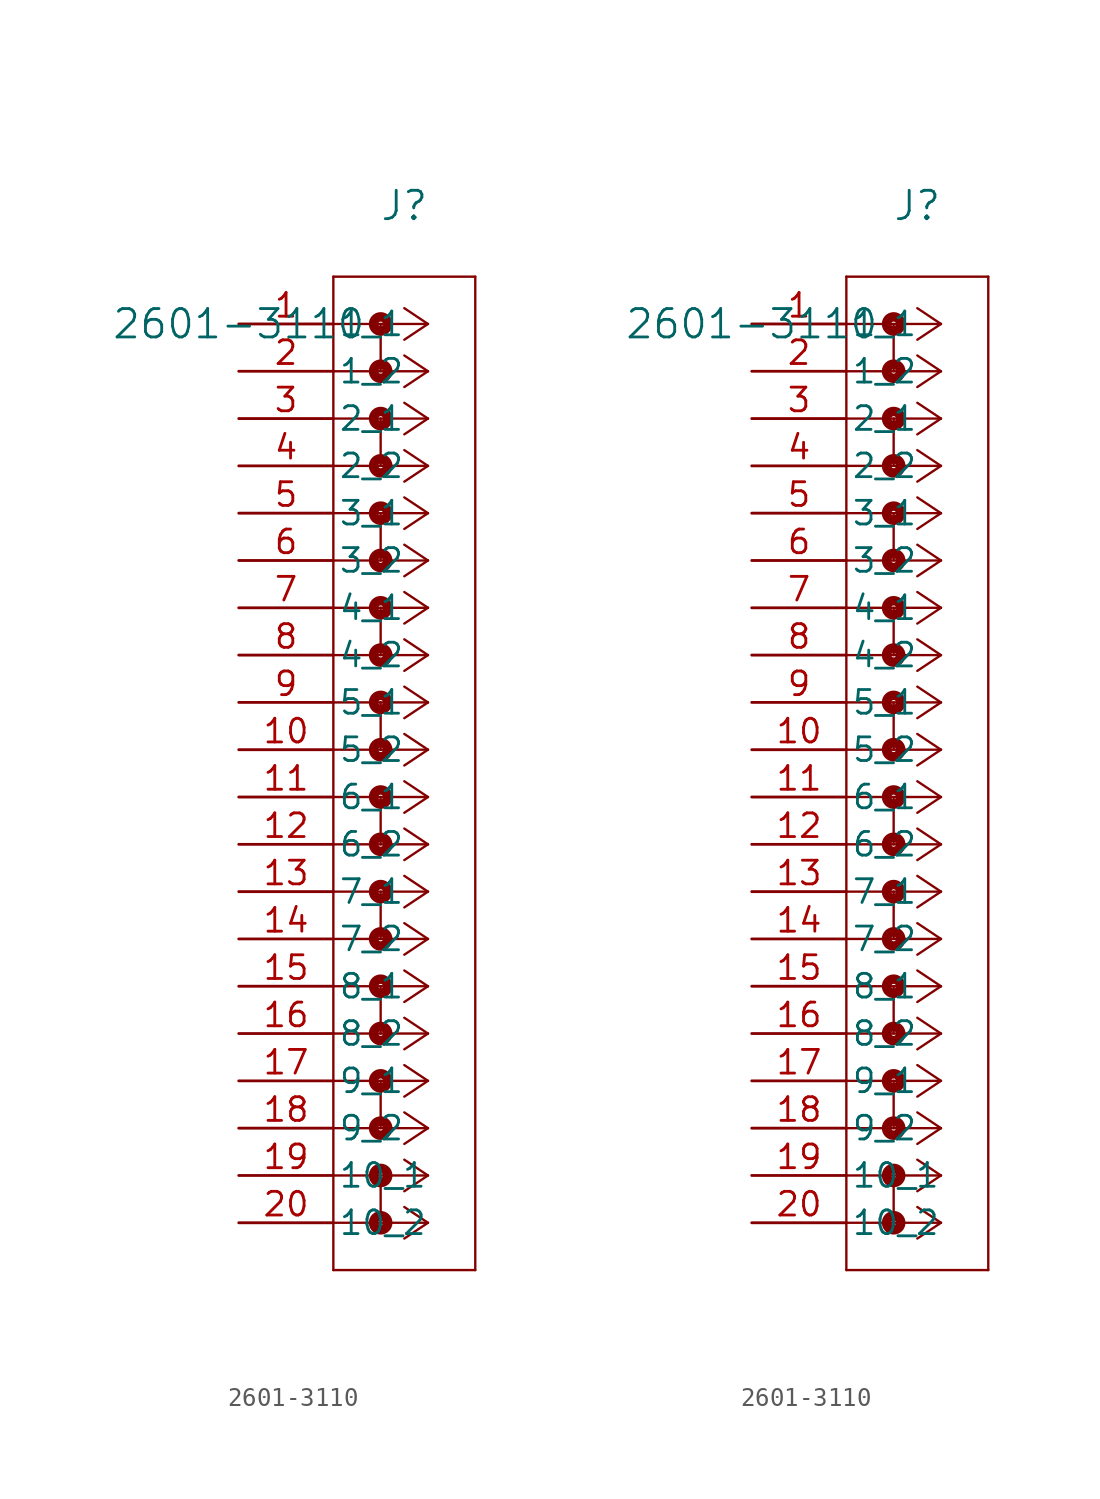
<source format=kicad_sym>
(kicad_symbol_lib
  (version 20211014)
  (generator kicad_symbol_editor)
  (symbol "2601-3110"
    (pin_names
      (offset 0.254))
    (property "Reference" "J"
      (at 8.89 6.35 0)
      (effects (font (size 1.524 1.524))))
    (property "Value" "2601-3110"
      (at 0 0 0)
      (effects (font (size 1.524 1.524))))
    (symbol "2601-3110_1_1"
      (polyline (pts (xy 10.16 0) (xy 5.08 0)) (stroke (width 0.127) (type default) (color 0 0 0 0)) (fill (type none)))
      (polyline (pts (xy 10.16 -2.54) (xy 5.08 -2.54)) (stroke (width 0.127) (type default) (color 0 0 0 0)) (fill (type none)))
      (polyline (pts (xy 10.16 -5.08) (xy 5.08 -5.08)) (stroke (width 0.127) (type default) (color 0 0 0 0)) (fill (type none)))
      (polyline (pts (xy 10.16 -7.62) (xy 5.08 -7.62)) (stroke (width 0.127) (type default) (color 0 0 0 0)) (fill (type none)))
      (polyline (pts (xy 10.16 -10.16) (xy 5.08 -10.16)) (stroke (width 0.127) (type default) (color 0 0 0 0)) (fill (type none)))
      (polyline (pts (xy 10.16 -12.7) (xy 5.08 -12.7)) (stroke (width 0.127) (type default) (color 0 0 0 0)) (fill (type none)))
      (polyline (pts (xy 10.16 -15.24) (xy 5.08 -15.24)) (stroke (width 0.127) (type default) (color 0 0 0 0)) (fill (type none)))
      (polyline (pts (xy 10.16 -17.78) (xy 5.08 -17.78)) (stroke (width 0.127) (type default) (color 0 0 0 0)) (fill (type none)))
      (polyline (pts (xy 10.16 -20.32) (xy 5.08 -20.32)) (stroke (width 0.127) (type default) (color 0 0 0 0)) (fill (type none)))
      (polyline (pts (xy 10.16 -22.86) (xy 5.08 -22.86)) (stroke (width 0.127) (type default) (color 0 0 0 0)) (fill (type none)))
      (polyline (pts (xy 10.16 -25.4) (xy 5.08 -25.4)) (stroke (width 0.127) (type default) (color 0 0 0 0)) (fill (type none)))
      (polyline (pts (xy 10.16 -27.94) (xy 5.08 -27.94)) (stroke (width 0.127) (type default) (color 0 0 0 0)) (fill (type none)))
      (polyline (pts (xy 10.16 -30.48) (xy 5.08 -30.48)) (stroke (width 0.127) (type default) (color 0 0 0 0)) (fill (type none)))
      (polyline (pts (xy 10.16 -33.02) (xy 5.08 -33.02)) (stroke (width 0.127) (type default) (color 0 0 0 0)) (fill (type none)))
      (polyline (pts (xy 10.16 -35.56) (xy 5.08 -35.56)) (stroke (width 0.127) (type default) (color 0 0 0 0)) (fill (type none)))
      (polyline (pts (xy 10.16 -38.1) (xy 5.08 -38.1)) (stroke (width 0.127) (type default) (color 0 0 0 0)) (fill (type none)))
      (polyline (pts (xy 10.16 -40.64) (xy 5.08 -40.64)) (stroke (width 0.127) (type default) (color 0 0 0 0)) (fill (type none)))
      (polyline (pts (xy 10.16 -43.18) (xy 5.08 -43.18)) (stroke (width 0.127) (type default) (color 0 0 0 0)) (fill (type none)))
      (polyline (pts (xy 10.16 -45.72) (xy 5.08 -45.72)) (stroke (width 0.127) (type default) (color 0 0 0 0)) (fill (type none)))
      (polyline (pts (xy 10.16 -48.26) (xy 5.08 -48.26)) (stroke (width 0.127) (type default) (color 0 0 0 0)) (fill (type none)))
      (polyline (pts (xy 10.16 0) (xy 8.89 0.847)) (stroke (width 0.127) (type default) (color 0 0 0 0)) (fill (type none)))
      (polyline (pts (xy 10.16 -2.54) (xy 8.89 -1.693)) (stroke (width 0.127) (type default) (color 0 0 0 0)) (fill (type none)))
      (polyline (pts (xy 10.16 -5.08) (xy 8.89 -4.233)) (stroke (width 0.127) (type default) (color 0 0 0 0)) (fill (type none)))
      (polyline (pts (xy 10.16 -7.62) (xy 8.89 -6.773)) (stroke (width 0.127) (type default) (color 0 0 0 0)) (fill (type none)))
      (polyline (pts (xy 10.16 -10.16) (xy 8.89 -9.313)) (stroke (width 0.127) (type default) (color 0 0 0 0)) (fill (type none)))
      (polyline (pts (xy 10.16 -12.7) (xy 8.89 -11.853)) (stroke (width 0.127) (type default) (color 0 0 0 0)) (fill (type none)))
      (polyline (pts (xy 10.16 -15.24) (xy 8.89 -14.393)) (stroke (width 0.127) (type default) (color 0 0 0 0)) (fill (type none)))
      (polyline (pts (xy 10.16 -17.78) (xy 8.89 -16.933)) (stroke (width 0.127) (type default) (color 0 0 0 0)) (fill (type none)))
      (polyline (pts (xy 10.16 -20.32) (xy 8.89 -19.473)) (stroke (width 0.127) (type default) (color 0 0 0 0)) (fill (type none)))
      (polyline (pts (xy 10.16 -22.86) (xy 8.89 -22.013)) (stroke (width 0.127) (type default) (color 0 0 0 0)) (fill (type none)))
      (polyline (pts (xy 10.16 -25.4) (xy 8.89 -24.553)) (stroke (width 0.127) (type default) (color 0 0 0 0)) (fill (type none)))
      (polyline (pts (xy 10.16 -27.94) (xy 8.89 -27.093)) (stroke (width 0.127) (type default) (color 0 0 0 0)) (fill (type none)))
      (polyline (pts (xy 10.16 -30.48) (xy 8.89 -29.633)) (stroke (width 0.127) (type default) (color 0 0 0 0)) (fill (type none)))
      (polyline (pts (xy 10.16 -33.02) (xy 8.89 -32.173)) (stroke (width 0.127) (type default) (color 0 0 0 0)) (fill (type none)))
      (polyline (pts (xy 10.16 -35.56) (xy 8.89 -34.713)) (stroke (width 0.127) (type default) (color 0 0 0 0)) (fill (type none)))
      (polyline (pts (xy 10.16 -38.1) (xy 8.89 -37.253)) (stroke (width 0.127) (type default) (color 0 0 0 0)) (fill (type none)))
      (polyline (pts (xy 10.16 -40.64) (xy 8.89 -39.793)) (stroke (width 0.127) (type default) (color 0 0 0 0)) (fill (type none)))
      (polyline (pts (xy 10.16 -43.18) (xy 8.89 -42.333)) (stroke (width 0.127) (type default) (color 0 0 0 0)) (fill (type none)))
      (polyline (pts (xy 10.16 -45.72) (xy 8.89 -44.873)) (stroke (width 0.127) (type default) (color 0 0 0 0)) (fill (type none)))
      (polyline (pts (xy 10.16 -48.26) (xy 8.89 -47.413)) (stroke (width 0.127) (type default) (color 0 0 0 0)) (fill (type none)))
      (polyline (pts (xy 10.16 0) (xy 8.89 -0.847)) (stroke (width 0.127) (type default) (color 0 0 0 0)) (fill (type none)))
      (polyline (pts (xy 10.16 -2.54) (xy 8.89 -3.387)) (stroke (width 0.127) (type default) (color 0 0 0 0)) (fill (type none)))
      (polyline (pts (xy 10.16 -5.08) (xy 8.89 -5.927)) (stroke (width 0.127) (type default) (color 0 0 0 0)) (fill (type none)))
      (polyline (pts (xy 10.16 -7.62) (xy 8.89 -8.467)) (stroke (width 0.127) (type default) (color 0 0 0 0)) (fill (type none)))
      (polyline (pts (xy 10.16 -10.16) (xy 8.89 -11.007)) (stroke (width 0.127) (type default) (color 0 0 0 0)) (fill (type none)))
      (polyline (pts (xy 10.16 -12.7) (xy 8.89 -13.547)) (stroke (width 0.127) (type default) (color 0 0 0 0)) (fill (type none)))
      (polyline (pts (xy 10.16 -15.24) (xy 8.89 -16.087)) (stroke (width 0.127) (type default) (color 0 0 0 0)) (fill (type none)))
      (polyline (pts (xy 10.16 -17.78) (xy 8.89 -18.627)) (stroke (width 0.127) (type default) (color 0 0 0 0)) (fill (type none)))
      (polyline (pts (xy 10.16 -20.32) (xy 8.89 -21.167)) (stroke (width 0.127) (type default) (color 0 0 0 0)) (fill (type none)))
      (polyline (pts (xy 10.16 -22.86) (xy 8.89 -23.707)) (stroke (width 0.127) (type default) (color 0 0 0 0)) (fill (type none)))
      (polyline (pts (xy 10.16 -25.4) (xy 8.89 -26.247)) (stroke (width 0.127) (type default) (color 0 0 0 0)) (fill (type none)))
      (polyline (pts (xy 10.16 -27.94) (xy 8.89 -28.787)) (stroke (width 0.127) (type default) (color 0 0 0 0)) (fill (type none)))
      (polyline (pts (xy 10.16 -30.48) (xy 8.89 -31.327)) (stroke (width 0.127) (type default) (color 0 0 0 0)) (fill (type none)))
      (polyline (pts (xy 10.16 -33.02) (xy 8.89 -33.867)) (stroke (width 0.127) (type default) (color 0 0 0 0)) (fill (type none)))
      (polyline (pts (xy 10.16 -35.56) (xy 8.89 -36.407)) (stroke (width 0.127) (type default) (color 0 0 0 0)) (fill (type none)))
      (polyline (pts (xy 10.16 -38.1) (xy 8.89 -38.947)) (stroke (width 0.127) (type default) (color 0 0 0 0)) (fill (type none)))
      (polyline (pts (xy 10.16 -40.64) (xy 8.89 -41.487)) (stroke (width 0.127) (type default) (color 0 0 0 0)) (fill (type none)))
      (polyline (pts (xy 10.16 -43.18) (xy 8.89 -44.027)) (stroke (width 0.127) (type default) (color 0 0 0 0)) (fill (type none)))
      (polyline (pts (xy 10.16 -45.72) (xy 8.89 -46.567)) (stroke (width 0.127) (type default) (color 0 0 0 0)) (fill (type none)))
      (polyline (pts (xy 10.16 -48.26) (xy 8.89 -49.107)) (stroke (width 0.127) (type default) (color 0 0 0 0)) (fill (type none)))
      (polyline (pts (xy 5.08 2.54) (xy 5.08 -50.8)) (stroke (width 0.127) (type default) (color 0 0 0 0)) (fill (type none)))
      (polyline (pts (xy 5.08 -50.8) (xy 12.7 -50.8)) (stroke (width 0.127) (type default) (color 0 0 0 0)) (fill (type none)))
      (polyline (pts (xy 12.7 -50.8) (xy 12.7 2.54)) (stroke (width 0.127) (type default) (color 0 0 0 0)) (fill (type none)))
      (polyline (pts (xy 12.7 2.54) (xy 5.08 2.54)) (stroke (width 0.127) (type default) (color 0 0 0 0)) (fill (type none)))
      (circle (center 7.62 0) (radius 0.127) (stroke (width 0.508) (type default) (color 0 0 0 0)) (fill (type none)))
      (polyline (pts (xy 7.62 0) (xy 7.62 -2.54)) (stroke (width 0.127) (type default) (color 0 0 0 0)) (fill (type none)))
      (circle (center 7.62 -2.54) (radius 0.127) (stroke (width 0.508) (type default) (color 0 0 0 0)) (fill (type none)))
      (circle (center 7.62 -5.08) (radius 0.127) (stroke (width 0.508) (type default) (color 0 0 0 0)) (fill (type none)))
      (polyline (pts (xy 7.62 -5.08) (xy 7.62 -7.62)) (stroke (width 0.127) (type default) (color 0 0 0 0)) (fill (type none)))
      (circle (center 7.62 -7.62) (radius 0.127) (stroke (width 0.508) (type default) (color 0 0 0 0)) (fill (type none)))
      (circle (center 7.62 -10.16) (radius 0.127) (stroke (width 0.508) (type default) (color 0 0 0 0)) (fill (type none)))
      (polyline (pts (xy 7.62 -10.16) (xy 7.62 -12.7)) (stroke (width 0.127) (type default) (color 0 0 0 0)) (fill (type none)))
      (circle (center 7.62 -12.7) (radius 0.127) (stroke (width 0.508) (type default) (color 0 0 0 0)) (fill (type none)))
      (circle (center 7.62 -15.24) (radius 0.127) (stroke (width 0.508) (type default) (color 0 0 0 0)) (fill (type none)))
      (polyline (pts (xy 7.62 -15.24) (xy 7.62 -17.78)) (stroke (width 0.127) (type default) (color 0 0 0 0)) (fill (type none)))
      (circle (center 7.62 -17.78) (radius 0.127) (stroke (width 0.508) (type default) (color 0 0 0 0)) (fill (type none)))
      (circle (center 7.62 -20.32) (radius 0.127) (stroke (width 0.508) (type default) (color 0 0 0 0)) (fill (type none)))
      (polyline (pts (xy 7.62 -20.32) (xy 7.62 -22.86)) (stroke (width 0.127) (type default) (color 0 0 0 0)) (fill (type none)))
      (circle (center 7.62 -22.86) (radius 0.127) (stroke (width 0.508) (type default) (color 0 0 0 0)) (fill (type none)))
      (circle (center 7.62 -25.4) (radius 0.127) (stroke (width 0.508) (type default) (color 0 0 0 0)) (fill (type none)))
      (polyline (pts (xy 7.62 -25.4) (xy 7.62 -27.94)) (stroke (width 0.127) (type default) (color 0 0 0 0)) (fill (type none)))
      (circle (center 7.62 -27.94) (radius 0.127) (stroke (width 0.508) (type default) (color 0 0 0 0)) (fill (type none)))
      (circle (center 7.62 -30.48) (radius 0.127) (stroke (width 0.508) (type default) (color 0 0 0 0)) (fill (type none)))
      (polyline (pts (xy 7.62 -30.48) (xy 7.62 -33.02)) (stroke (width 0.127) (type default) (color 0 0 0 0)) (fill (type none)))
      (circle (center 7.62 -33.02) (radius 0.127) (stroke (width 0.508) (type default) (color 0 0 0 0)) (fill (type none)))
      (circle (center 7.62 -35.56) (radius 0.127) (stroke (width 0.508) (type default) (color 0 0 0 0)) (fill (type none)))
      (polyline (pts (xy 7.62 -35.56) (xy 7.62 -38.1)) (stroke (width 0.127) (type default) (color 0 0 0 0)) (fill (type none)))
      (circle (center 7.62 -38.1) (radius 0.127) (stroke (width 0.508) (type default) (color 0 0 0 0)) (fill (type none)))
      (circle (center 7.62 -40.64) (radius 0.127) (stroke (width 0.508) (type default) (color 0 0 0 0)) (fill (type none)))
      (polyline (pts (xy 7.62 -40.64) (xy 7.62 -43.18)) (stroke (width 0.127) (type default) (color 0 0 0 0)) (fill (type none)))
      (circle (center 7.62 -43.18) (radius 0.127) (stroke (width 0.508) (type default) (color 0 0 0 0)) (fill (type none)))
      (circle (center 7.62 -45.72) (radius 0.127) (stroke (width 0.508) (type default) (color 0 0 0 0)) (fill (type none)))
      (polyline (pts (xy 7.62 -45.72) (xy 7.62 -48.26)) (stroke (width 0.127) (type default) (color 0 0 0 0)) (fill (type none)))
      (circle (center 7.62 -48.26) (radius 0.127) (stroke (width 0.508) (type default) (color 0 0 0 0)) (fill (type none)))
      (pin unspecified line (at 0 0 0) (length 5.08) (name "1_1" (effects (font (size 1.27 1.27)))) (number "1" (effects (font (size 1.27 1.27)))))
      (pin unspecified line (at 0 -2.54 0) (length 5.08) (name "1_2" (effects (font (size 1.27 1.27)))) (number "2" (effects (font (size 1.27 1.27)))))
      (pin unspecified line (at 0 -5.08 0) (length 5.08) (name "2_1" (effects (font (size 1.27 1.27)))) (number "3" (effects (font (size 1.27 1.27)))))
      (pin unspecified line (at 0 -7.62 0) (length 5.08) (name "2_2" (effects (font (size 1.27 1.27)))) (number "4" (effects (font (size 1.27 1.27)))))
      (pin unspecified line (at 0 -10.16 0) (length 5.08) (name "3_1" (effects (font (size 1.27 1.27)))) (number "5" (effects (font (size 1.27 1.27)))))
      (pin unspecified line (at 0 -12.7 0) (length 5.08) (name "3_2" (effects (font (size 1.27 1.27)))) (number "6" (effects (font (size 1.27 1.27)))))
      (pin unspecified line (at 0 -15.24 0) (length 5.08) (name "4_1" (effects (font (size 1.27 1.27)))) (number "7" (effects (font (size 1.27 1.27)))))
      (pin unspecified line (at 0 -17.78 0) (length 5.08) (name "4_2" (effects (font (size 1.27 1.27)))) (number "8" (effects (font (size 1.27 1.27)))))
      (pin unspecified line (at 0 -20.32 0) (length 5.08) (name "5_1" (effects (font (size 1.27 1.27)))) (number "9" (effects (font (size 1.27 1.27)))))
      (pin unspecified line (at 0 -22.86 0) (length 5.08) (name "5_2" (effects (font (size 1.27 1.27)))) (number "10" (effects (font (size 1.27 1.27)))))
      (pin unspecified line (at 0 -25.4 0) (length 5.08) (name "6_1" (effects (font (size 1.27 1.27)))) (number "11" (effects (font (size 1.27 1.27)))))
      (pin unspecified line (at 0 -27.94 0) (length 5.08) (name "6_2" (effects (font (size 1.27 1.27)))) (number "12" (effects (font (size 1.27 1.27)))))
      (pin unspecified line (at 0 -30.48 0) (length 5.08) (name "7_1" (effects (font (size 1.27 1.27)))) (number "13" (effects (font (size 1.27 1.27)))))
      (pin unspecified line (at 0 -33.02 0) (length 5.08) (name "7_2" (effects (font (size 1.27 1.27)))) (number "14" (effects (font (size 1.27 1.27)))))
      (pin unspecified line (at 0 -35.56 0) (length 5.08) (name "8_1" (effects (font (size 1.27 1.27)))) (number "15" (effects (font (size 1.27 1.27)))))
      (pin unspecified line (at 0 -38.1 0) (length 5.08) (name "8_2" (effects (font (size 1.27 1.27)))) (number "16" (effects (font (size 1.27 1.27)))))
      (pin unspecified line (at 0 -40.64 0) (length 5.08) (name "9_1" (effects (font (size 1.27 1.27)))) (number "17" (effects (font (size 1.27 1.27)))))
      (pin unspecified line (at 0 -43.18 0) (length 5.08) (name "9_2" (effects (font (size 1.27 1.27)))) (number "18" (effects (font (size 1.27 1.27)))))
      (pin unspecified line (at 0 -45.72 0) (length 5.08) (name "10_1" (effects (font (size 1.27 1.27)))) (number "19" (effects (font (size 1.27 1.27)))))
      (pin unspecified line (at 0 -48.26 0) (length 5.08) (name "10_2" (effects (font (size 1.27 1.27)))) (number "20" (effects (font (size 1.27 1.27))))))
    (symbol "2601-3110_1_2"
      (polyline (pts (xy 10.16 0) (xy 5.08 0)) (stroke (width 0.127) (type default) (color 0 0 0 0)) (fill (type none)))
      (polyline (pts (xy 10.16 -2.54) (xy 5.08 -2.54)) (stroke (width 0.127) (type default) (color 0 0 0 0)) (fill (type none)))
      (polyline (pts (xy 10.16 -5.08) (xy 5.08 -5.08)) (stroke (width 0.127) (type default) (color 0 0 0 0)) (fill (type none)))
      (polyline (pts (xy 10.16 -7.62) (xy 5.08 -7.62)) (stroke (width 0.127) (type default) (color 0 0 0 0)) (fill (type none)))
      (polyline (pts (xy 10.16 -10.16) (xy 5.08 -10.16)) (stroke (width 0.127) (type default) (color 0 0 0 0)) (fill (type none)))
      (polyline (pts (xy 10.16 -12.7) (xy 5.08 -12.7)) (stroke (width 0.127) (type default) (color 0 0 0 0)) (fill (type none)))
      (polyline (pts (xy 10.16 -15.24) (xy 5.08 -15.24)) (stroke (width 0.127) (type default) (color 0 0 0 0)) (fill (type none)))
      (polyline (pts (xy 10.16 -17.78) (xy 5.08 -17.78)) (stroke (width 0.127) (type default) (color 0 0 0 0)) (fill (type none)))
      (polyline (pts (xy 10.16 -20.32) (xy 5.08 -20.32)) (stroke (width 0.127) (type default) (color 0 0 0 0)) (fill (type none)))
      (polyline (pts (xy 10.16 -22.86) (xy 5.08 -22.86)) (stroke (width 0.127) (type default) (color 0 0 0 0)) (fill (type none)))
      (polyline (pts (xy 10.16 -25.4) (xy 5.08 -25.4)) (stroke (width 0.127) (type default) (color 0 0 0 0)) (fill (type none)))
      (polyline (pts (xy 10.16 -27.94) (xy 5.08 -27.94)) (stroke (width 0.127) (type default) (color 0 0 0 0)) (fill (type none)))
      (polyline (pts (xy 10.16 -30.48) (xy 5.08 -30.48)) (stroke (width 0.127) (type default) (color 0 0 0 0)) (fill (type none)))
      (polyline (pts (xy 10.16 -33.02) (xy 5.08 -33.02)) (stroke (width 0.127) (type default) (color 0 0 0 0)) (fill (type none)))
      (polyline (pts (xy 10.16 -35.56) (xy 5.08 -35.56)) (stroke (width 0.127) (type default) (color 0 0 0 0)) (fill (type none)))
      (polyline (pts (xy 10.16 -38.1) (xy 5.08 -38.1)) (stroke (width 0.127) (type default) (color 0 0 0 0)) (fill (type none)))
      (polyline (pts (xy 10.16 -40.64) (xy 5.08 -40.64)) (stroke (width 0.127) (type default) (color 0 0 0 0)) (fill (type none)))
      (polyline (pts (xy 10.16 -43.18) (xy 5.08 -43.18)) (stroke (width 0.127) (type default) (color 0 0 0 0)) (fill (type none)))
      (polyline (pts (xy 10.16 -45.72) (xy 5.08 -45.72)) (stroke (width 0.127) (type default) (color 0 0 0 0)) (fill (type none)))
      (polyline (pts (xy 10.16 -48.26) (xy 5.08 -48.26)) (stroke (width 0.127) (type default) (color 0 0 0 0)) (fill (type none)))
      (polyline (pts (xy 10.16 0) (xy 8.89 0.847)) (stroke (width 0.127) (type default) (color 0 0 0 0)) (fill (type none)))
      (polyline (pts (xy 10.16 -2.54) (xy 8.89 -1.693)) (stroke (width 0.127) (type default) (color 0 0 0 0)) (fill (type none)))
      (polyline (pts (xy 10.16 -5.08) (xy 8.89 -4.233)) (stroke (width 0.127) (type default) (color 0 0 0 0)) (fill (type none)))
      (polyline (pts (xy 10.16 -7.62) (xy 8.89 -6.773)) (stroke (width 0.127) (type default) (color 0 0 0 0)) (fill (type none)))
      (polyline (pts (xy 10.16 -10.16) (xy 8.89 -9.313)) (stroke (width 0.127) (type default) (color 0 0 0 0)) (fill (type none)))
      (polyline (pts (xy 10.16 -12.7) (xy 8.89 -11.853)) (stroke (width 0.127) (type default) (color 0 0 0 0)) (fill (type none)))
      (polyline (pts (xy 10.16 -15.24) (xy 8.89 -14.393)) (stroke (width 0.127) (type default) (color 0 0 0 0)) (fill (type none)))
      (polyline (pts (xy 10.16 -17.78) (xy 8.89 -16.933)) (stroke (width 0.127) (type default) (color 0 0 0 0)) (fill (type none)))
      (polyline (pts (xy 10.16 -20.32) (xy 8.89 -19.473)) (stroke (width 0.127) (type default) (color 0 0 0 0)) (fill (type none)))
      (polyline (pts (xy 10.16 -22.86) (xy 8.89 -22.013)) (stroke (width 0.127) (type default) (color 0 0 0 0)) (fill (type none)))
      (polyline (pts (xy 10.16 -25.4) (xy 8.89 -24.553)) (stroke (width 0.127) (type default) (color 0 0 0 0)) (fill (type none)))
      (polyline (pts (xy 10.16 -27.94) (xy 8.89 -27.093)) (stroke (width 0.127) (type default) (color 0 0 0 0)) (fill (type none)))
      (polyline (pts (xy 10.16 -30.48) (xy 8.89 -29.633)) (stroke (width 0.127) (type default) (color 0 0 0 0)) (fill (type none)))
      (polyline (pts (xy 10.16 -33.02) (xy 8.89 -32.173)) (stroke (width 0.127) (type default) (color 0 0 0 0)) (fill (type none)))
      (polyline (pts (xy 10.16 -35.56) (xy 8.89 -34.713)) (stroke (width 0.127) (type default) (color 0 0 0 0)) (fill (type none)))
      (polyline (pts (xy 10.16 -38.1) (xy 8.89 -37.253)) (stroke (width 0.127) (type default) (color 0 0 0 0)) (fill (type none)))
      (polyline (pts (xy 10.16 -40.64) (xy 8.89 -39.793)) (stroke (width 0.127) (type default) (color 0 0 0 0)) (fill (type none)))
      (polyline (pts (xy 10.16 -43.18) (xy 8.89 -42.333)) (stroke (width 0.127) (type default) (color 0 0 0 0)) (fill (type none)))
      (polyline (pts (xy 10.16 -45.72) (xy 8.89 -44.873)) (stroke (width 0.127) (type default) (color 0 0 0 0)) (fill (type none)))
      (polyline (pts (xy 10.16 -48.26) (xy 8.89 -47.413)) (stroke (width 0.127) (type default) (color 0 0 0 0)) (fill (type none)))
      (polyline (pts (xy 10.16 0) (xy 8.89 -0.847)) (stroke (width 0.127) (type default) (color 0 0 0 0)) (fill (type none)))
      (polyline (pts (xy 10.16 -2.54) (xy 8.89 -3.387)) (stroke (width 0.127) (type default) (color 0 0 0 0)) (fill (type none)))
      (polyline (pts (xy 10.16 -5.08) (xy 8.89 -5.927)) (stroke (width 0.127) (type default) (color 0 0 0 0)) (fill (type none)))
      (polyline (pts (xy 10.16 -7.62) (xy 8.89 -8.467)) (stroke (width 0.127) (type default) (color 0 0 0 0)) (fill (type none)))
      (polyline (pts (xy 10.16 -10.16) (xy 8.89 -11.007)) (stroke (width 0.127) (type default) (color 0 0 0 0)) (fill (type none)))
      (polyline (pts (xy 10.16 -12.7) (xy 8.89 -13.547)) (stroke (width 0.127) (type default) (color 0 0 0 0)) (fill (type none)))
      (polyline (pts (xy 10.16 -15.24) (xy 8.89 -16.087)) (stroke (width 0.127) (type default) (color 0 0 0 0)) (fill (type none)))
      (polyline (pts (xy 10.16 -17.78) (xy 8.89 -18.627)) (stroke (width 0.127) (type default) (color 0 0 0 0)) (fill (type none)))
      (polyline (pts (xy 10.16 -20.32) (xy 8.89 -21.167)) (stroke (width 0.127) (type default) (color 0 0 0 0)) (fill (type none)))
      (polyline (pts (xy 10.16 -22.86) (xy 8.89 -23.707)) (stroke (width 0.127) (type default) (color 0 0 0 0)) (fill (type none)))
      (polyline (pts (xy 10.16 -25.4) (xy 8.89 -26.247)) (stroke (width 0.127) (type default) (color 0 0 0 0)) (fill (type none)))
      (polyline (pts (xy 10.16 -27.94) (xy 8.89 -28.787)) (stroke (width 0.127) (type default) (color 0 0 0 0)) (fill (type none)))
      (polyline (pts (xy 10.16 -30.48) (xy 8.89 -31.327)) (stroke (width 0.127) (type default) (color 0 0 0 0)) (fill (type none)))
      (polyline (pts (xy 10.16 -33.02) (xy 8.89 -33.867)) (stroke (width 0.127) (type default) (color 0 0 0 0)) (fill (type none)))
      (polyline (pts (xy 10.16 -35.56) (xy 8.89 -36.407)) (stroke (width 0.127) (type default) (color 0 0 0 0)) (fill (type none)))
      (polyline (pts (xy 10.16 -38.1) (xy 8.89 -38.947)) (stroke (width 0.127) (type default) (color 0 0 0 0)) (fill (type none)))
      (polyline (pts (xy 10.16 -40.64) (xy 8.89 -41.487)) (stroke (width 0.127) (type default) (color 0 0 0 0)) (fill (type none)))
      (polyline (pts (xy 10.16 -43.18) (xy 8.89 -44.027)) (stroke (width 0.127) (type default) (color 0 0 0 0)) (fill (type none)))
      (polyline (pts (xy 10.16 -45.72) (xy 8.89 -46.567)) (stroke (width 0.127) (type default) (color 0 0 0 0)) (fill (type none)))
      (polyline (pts (xy 10.16 -48.26) (xy 8.89 -49.107)) (stroke (width 0.127) (type default) (color 0 0 0 0)) (fill (type none)))
      (polyline (pts (xy 5.08 2.54) (xy 5.08 -50.8)) (stroke (width 0.127) (type default) (color 0 0 0 0)) (fill (type none)))
      (polyline (pts (xy 5.08 -50.8) (xy 12.7 -50.8)) (stroke (width 0.127) (type default) (color 0 0 0 0)) (fill (type none)))
      (polyline (pts (xy 12.7 -50.8) (xy 12.7 2.54)) (stroke (width 0.127) (type default) (color 0 0 0 0)) (fill (type none)))
      (polyline (pts (xy 12.7 2.54) (xy 5.08 2.54)) (stroke (width 0.127) (type default) (color 0 0 0 0)) (fill (type none)))
      (circle (center 7.62 0) (radius 0.127) (stroke (width 0.508) (type default) (color 0 0 0 0)) (fill (type none)))
      (polyline (pts (xy 7.62 0) (xy 7.62 -2.54)) (stroke (width 0.127) (type default) (color 0 0 0 0)) (fill (type none)))
      (circle (center 7.62 -2.54) (radius 0.127) (stroke (width 0.508) (type default) (color 0 0 0 0)) (fill (type none)))
      (circle (center 7.62 -5.08) (radius 0.127) (stroke (width 0.508) (type default) (color 0 0 0 0)) (fill (type none)))
      (polyline (pts (xy 7.62 -5.08) (xy 7.62 -7.62)) (stroke (width 0.127) (type default) (color 0 0 0 0)) (fill (type none)))
      (circle (center 7.62 -7.62) (radius 0.127) (stroke (width 0.508) (type default) (color 0 0 0 0)) (fill (type none)))
      (circle (center 7.62 -10.16) (radius 0.127) (stroke (width 0.508) (type default) (color 0 0 0 0)) (fill (type none)))
      (polyline (pts (xy 7.62 -10.16) (xy 7.62 -12.7)) (stroke (width 0.127) (type default) (color 0 0 0 0)) (fill (type none)))
      (circle (center 7.62 -12.7) (radius 0.127) (stroke (width 0.508) (type default) (color 0 0 0 0)) (fill (type none)))
      (circle (center 7.62 -15.24) (radius 0.127) (stroke (width 0.508) (type default) (color 0 0 0 0)) (fill (type none)))
      (polyline (pts (xy 7.62 -15.24) (xy 7.62 -17.78)) (stroke (width 0.127) (type default) (color 0 0 0 0)) (fill (type none)))
      (circle (center 7.62 -17.78) (radius 0.127) (stroke (width 0.508) (type default) (color 0 0 0 0)) (fill (type none)))
      (circle (center 7.62 -20.32) (radius 0.127) (stroke (width 0.508) (type default) (color 0 0 0 0)) (fill (type none)))
      (polyline (pts (xy 7.62 -20.32) (xy 7.62 -22.86)) (stroke (width 0.127) (type default) (color 0 0 0 0)) (fill (type none)))
      (circle (center 7.62 -22.86) (radius 0.127) (stroke (width 0.508) (type default) (color 0 0 0 0)) (fill (type none)))
      (circle (center 7.62 -25.4) (radius 0.127) (stroke (width 0.508) (type default) (color 0 0 0 0)) (fill (type none)))
      (polyline (pts (xy 7.62 -25.4) (xy 7.62 -27.94)) (stroke (width 0.127) (type default) (color 0 0 0 0)) (fill (type none)))
      (circle (center 7.62 -27.94) (radius 0.127) (stroke (width 0.508) (type default) (color 0 0 0 0)) (fill (type none)))
      (circle (center 7.62 -30.48) (radius 0.127) (stroke (width 0.508) (type default) (color 0 0 0 0)) (fill (type none)))
      (polyline (pts (xy 7.62 -30.48) (xy 7.62 -33.02)) (stroke (width 0.127) (type default) (color 0 0 0 0)) (fill (type none)))
      (circle (center 7.62 -33.02) (radius 0.127) (stroke (width 0.508) (type default) (color 0 0 0 0)) (fill (type none)))
      (circle (center 7.62 -35.56) (radius 0.127) (stroke (width 0.508) (type default) (color 0 0 0 0)) (fill (type none)))
      (polyline (pts (xy 7.62 -35.56) (xy 7.62 -38.1)) (stroke (width 0.127) (type default) (color 0 0 0 0)) (fill (type none)))
      (circle (center 7.62 -38.1) (radius 0.127) (stroke (width 0.508) (type default) (color 0 0 0 0)) (fill (type none)))
      (circle (center 7.62 -40.64) (radius 0.127) (stroke (width 0.508) (type default) (color 0 0 0 0)) (fill (type none)))
      (polyline (pts (xy 7.62 -40.64) (xy 7.62 -43.18)) (stroke (width 0.127) (type default) (color 0 0 0 0)) (fill (type none)))
      (circle (center 7.62 -43.18) (radius 0.127) (stroke (width 0.508) (type default) (color 0 0 0 0)) (fill (type none)))
      (circle (center 7.62 -45.72) (radius 0.127) (stroke (width 0.508) (type default) (color 0 0 0 0)) (fill (type none)))
      (polyline (pts (xy 7.62 -45.72) (xy 7.62 -48.26)) (stroke (width 0.127) (type default) (color 0 0 0 0)) (fill (type none)))
      (circle (center 7.62 -48.26) (radius 0.127) (stroke (width 0.508) (type default) (color 0 0 0 0)) (fill (type none)))
      (pin unspecified line (at 0 0 0) (length 5.08) (name "1_1" (effects (font (size 1.27 1.27)))) (number "1" (effects (font (size 1.27 1.27)))))
      (pin unspecified line (at 0 -2.54 0) (length 5.08) (name "1_2" (effects (font (size 1.27 1.27)))) (number "2" (effects (font (size 1.27 1.27)))))
      (pin unspecified line (at 0 -5.08 0) (length 5.08) (name "2_1" (effects (font (size 1.27 1.27)))) (number "3" (effects (font (size 1.27 1.27)))))
      (pin unspecified line (at 0 -7.62 0) (length 5.08) (name "2_2" (effects (font (size 1.27 1.27)))) (number "4" (effects (font (size 1.27 1.27)))))
      (pin unspecified line (at 0 -10.16 0) (length 5.08) (name "3_1" (effects (font (size 1.27 1.27)))) (number "5" (effects (font (size 1.27 1.27)))))
      (pin unspecified line (at 0 -12.7 0) (length 5.08) (name "3_2" (effects (font (size 1.27 1.27)))) (number "6" (effects (font (size 1.27 1.27)))))
      (pin unspecified line (at 0 -15.24 0) (length 5.08) (name "4_1" (effects (font (size 1.27 1.27)))) (number "7" (effects (font (size 1.27 1.27)))))
      (pin unspecified line (at 0 -17.78 0) (length 5.08) (name "4_2" (effects (font (size 1.27 1.27)))) (number "8" (effects (font (size 1.27 1.27)))))
      (pin unspecified line (at 0 -20.32 0) (length 5.08) (name "5_1" (effects (font (size 1.27 1.27)))) (number "9" (effects (font (size 1.27 1.27)))))
      (pin unspecified line (at 0 -22.86 0) (length 5.08) (name "5_2" (effects (font (size 1.27 1.27)))) (number "10" (effects (font (size 1.27 1.27)))))
      (pin unspecified line (at 0 -25.4 0) (length 5.08) (name "6_1" (effects (font (size 1.27 1.27)))) (number "11" (effects (font (size 1.27 1.27)))))
      (pin unspecified line (at 0 -27.94 0) (length 5.08) (name "6_2" (effects (font (size 1.27 1.27)))) (number "12" (effects (font (size 1.27 1.27)))))
      (pin unspecified line (at 0 -30.48 0) (length 5.08) (name "7_1" (effects (font (size 1.27 1.27)))) (number "13" (effects (font (size 1.27 1.27)))))
      (pin unspecified line (at 0 -33.02 0) (length 5.08) (name "7_2" (effects (font (size 1.27 1.27)))) (number "14" (effects (font (size 1.27 1.27)))))
      (pin unspecified line (at 0 -35.56 0) (length 5.08) (name "8_1" (effects (font (size 1.27 1.27)))) (number "15" (effects (font (size 1.27 1.27)))))
      (pin unspecified line (at 0 -38.1 0) (length 5.08) (name "8_2" (effects (font (size 1.27 1.27)))) (number "16" (effects (font (size 1.27 1.27)))))
      (pin unspecified line (at 0 -40.64 0) (length 5.08) (name "9_1" (effects (font (size 1.27 1.27)))) (number "17" (effects (font (size 1.27 1.27)))))
      (pin unspecified line (at 0 -43.18 0) (length 5.08) (name "9_2" (effects (font (size 1.27 1.27)))) (number "18" (effects (font (size 1.27 1.27)))))
      (pin unspecified line (at 0 -45.72 0) (length 5.08) (name "10_1" (effects (font (size 1.27 1.27)))) (number "19" (effects (font (size 1.27 1.27)))))
      (pin unspecified line (at 0 -48.26 0) (length 5.08) (name "10_2" (effects (font (size 1.27 1.27)))) (number "20" (effects (font (size 1.27 1.27))))))))
</source>
